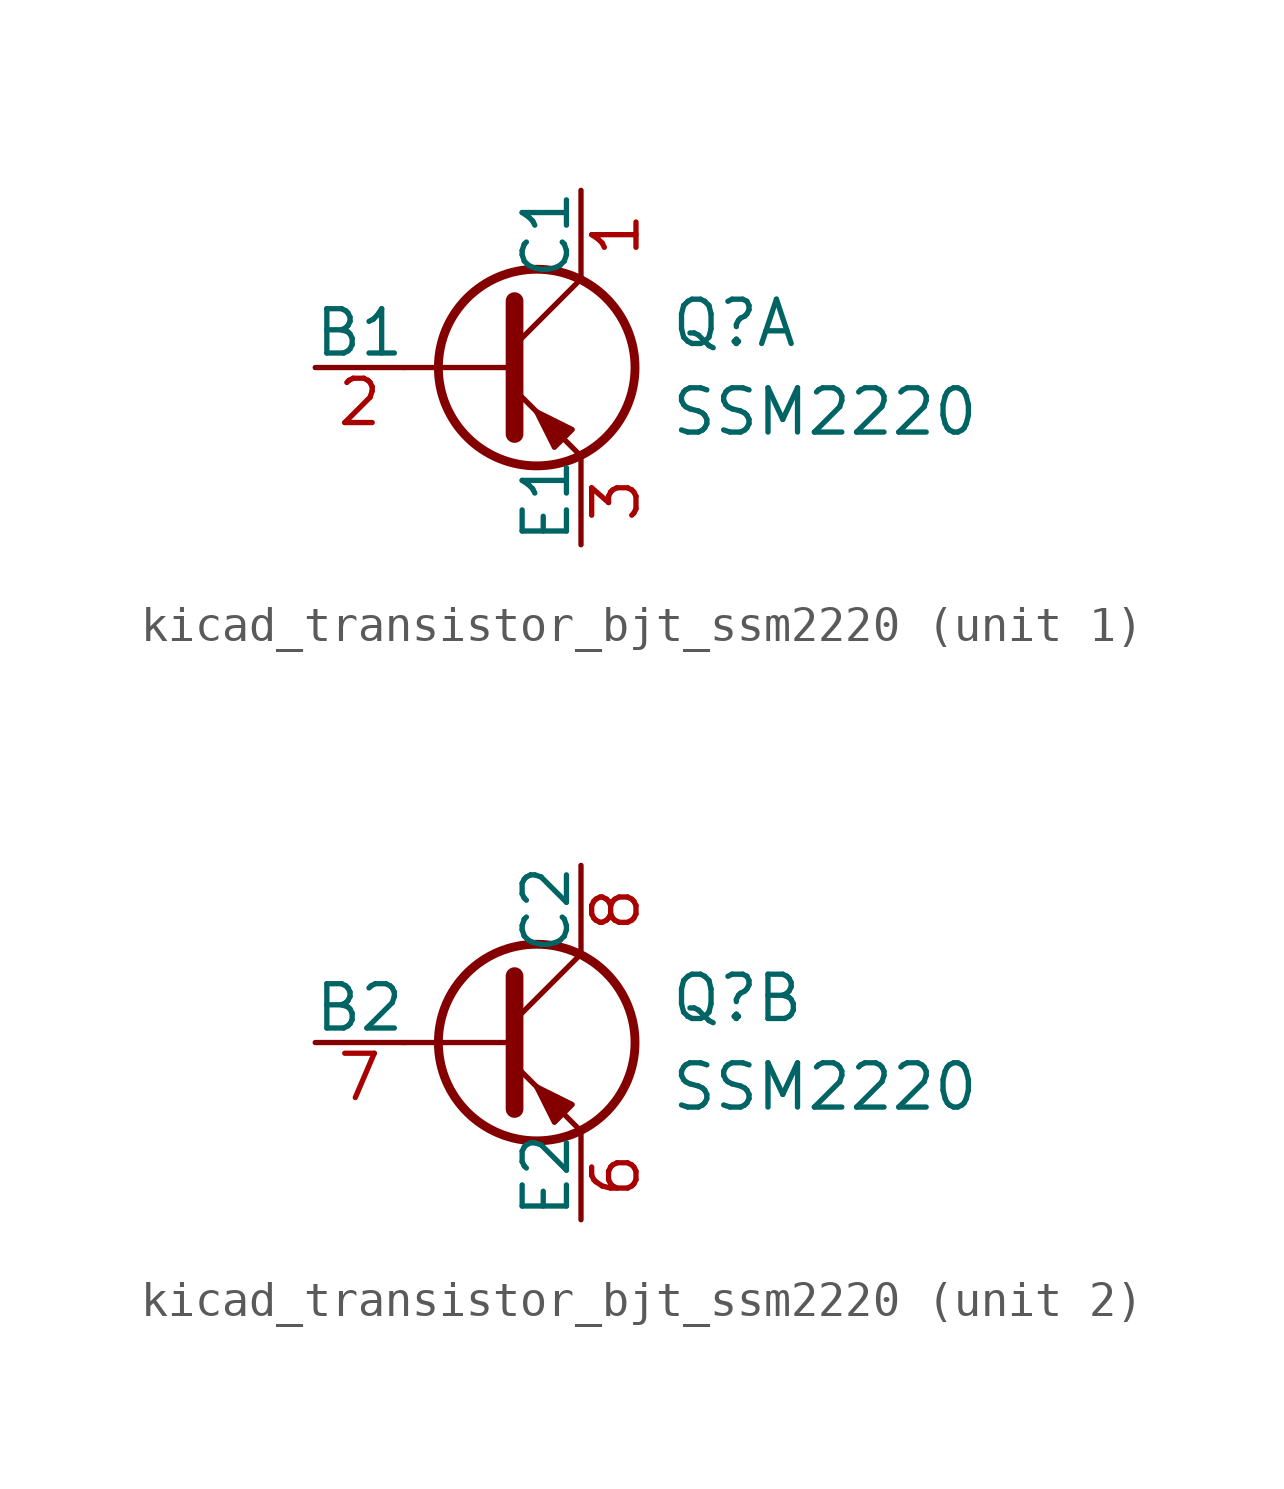
<source format=kicad_sym>
(kicad_symbol_lib
  (version 20220914)
  (generator kicad_symbol_editor)
  (symbol "kicad_transistor_bjt_ssm2220"
    (pin_names
      (offset 0))
    (property "Reference" "Q"
      (at 5.08 1.27 0)
      (effects (font (size 1.27 1.27)) (justify left)))
    (property "Value" "SSM2220"
      (at 5.08 -1.27 0)
      (effects (font (size 1.27 1.27)) (justify left)))
    (symbol "kicad_transistor_bjt_ssm2220_0_1"
      (polyline (pts (xy 0.635 0) (xy -2.54 0)) (stroke (width 0) (type default)) (fill (type none)))
      (polyline (pts (xy 0.635 0.635) (xy 2.54 2.54)) (stroke (width 0) (type default)) (fill (type none)))
      (polyline (pts (xy 0.635 -0.635) (xy 2.54 -2.54) (xy 2.54 -2.54)) (stroke (width 0) (type default)) (fill (type none)))
      (polyline (pts (xy 0.635 1.905) (xy 0.635 -1.905) (xy 0.635 -1.905)) (stroke (width 0.508) (type default)) (fill (type none)))
      (polyline (pts (xy 2.286 -1.778) (xy 1.778 -2.286) (xy 1.27 -1.27) (xy 2.286 -1.778) (xy 2.286 -1.778)) (stroke (width 0) (type default)) (fill (type outline)))
      (circle (center 1.27 0) (radius 2.819) (stroke (width 0.254) (type default)) (fill (type none))))
    (symbol "kicad_transistor_bjt_ssm2220_1_1"
      (pin passive line (at 2.54 5.08 270) (length 2.54) (name "C1" (effects (font (size 1.27 1.27)))) (number "1" (effects (font (size 1.27 1.27)))))
      (pin input line (at -5.08 0 0) (length 2.54) (name "B1" (effects (font (size 1.27 1.27)))) (number "2" (effects (font (size 1.27 1.27)))))
      (pin passive line (at 2.54 -5.08 90) (length 2.54) (name "E1" (effects (font (size 1.27 1.27)))) (number "3" (effects (font (size 1.27 1.27))))))
    (symbol "kicad_transistor_bjt_ssm2220_2_1"
      (pin passive line (at 2.54 -5.08 90) (length 2.54) (name "E2" (effects (font (size 1.27 1.27)))) (number "6" (effects (font (size 1.27 1.27)))))
      (pin input line (at -5.08 0 0) (length 2.54) (name "B2" (effects (font (size 1.27 1.27)))) (number "7" (effects (font (size 1.27 1.27)))))
      (pin passive line (at 2.54 5.08 270) (length 2.54) (name "C2" (effects (font (size 1.27 1.27)))) (number "8" (effects (font (size 1.27 1.27))))))))
</source>
